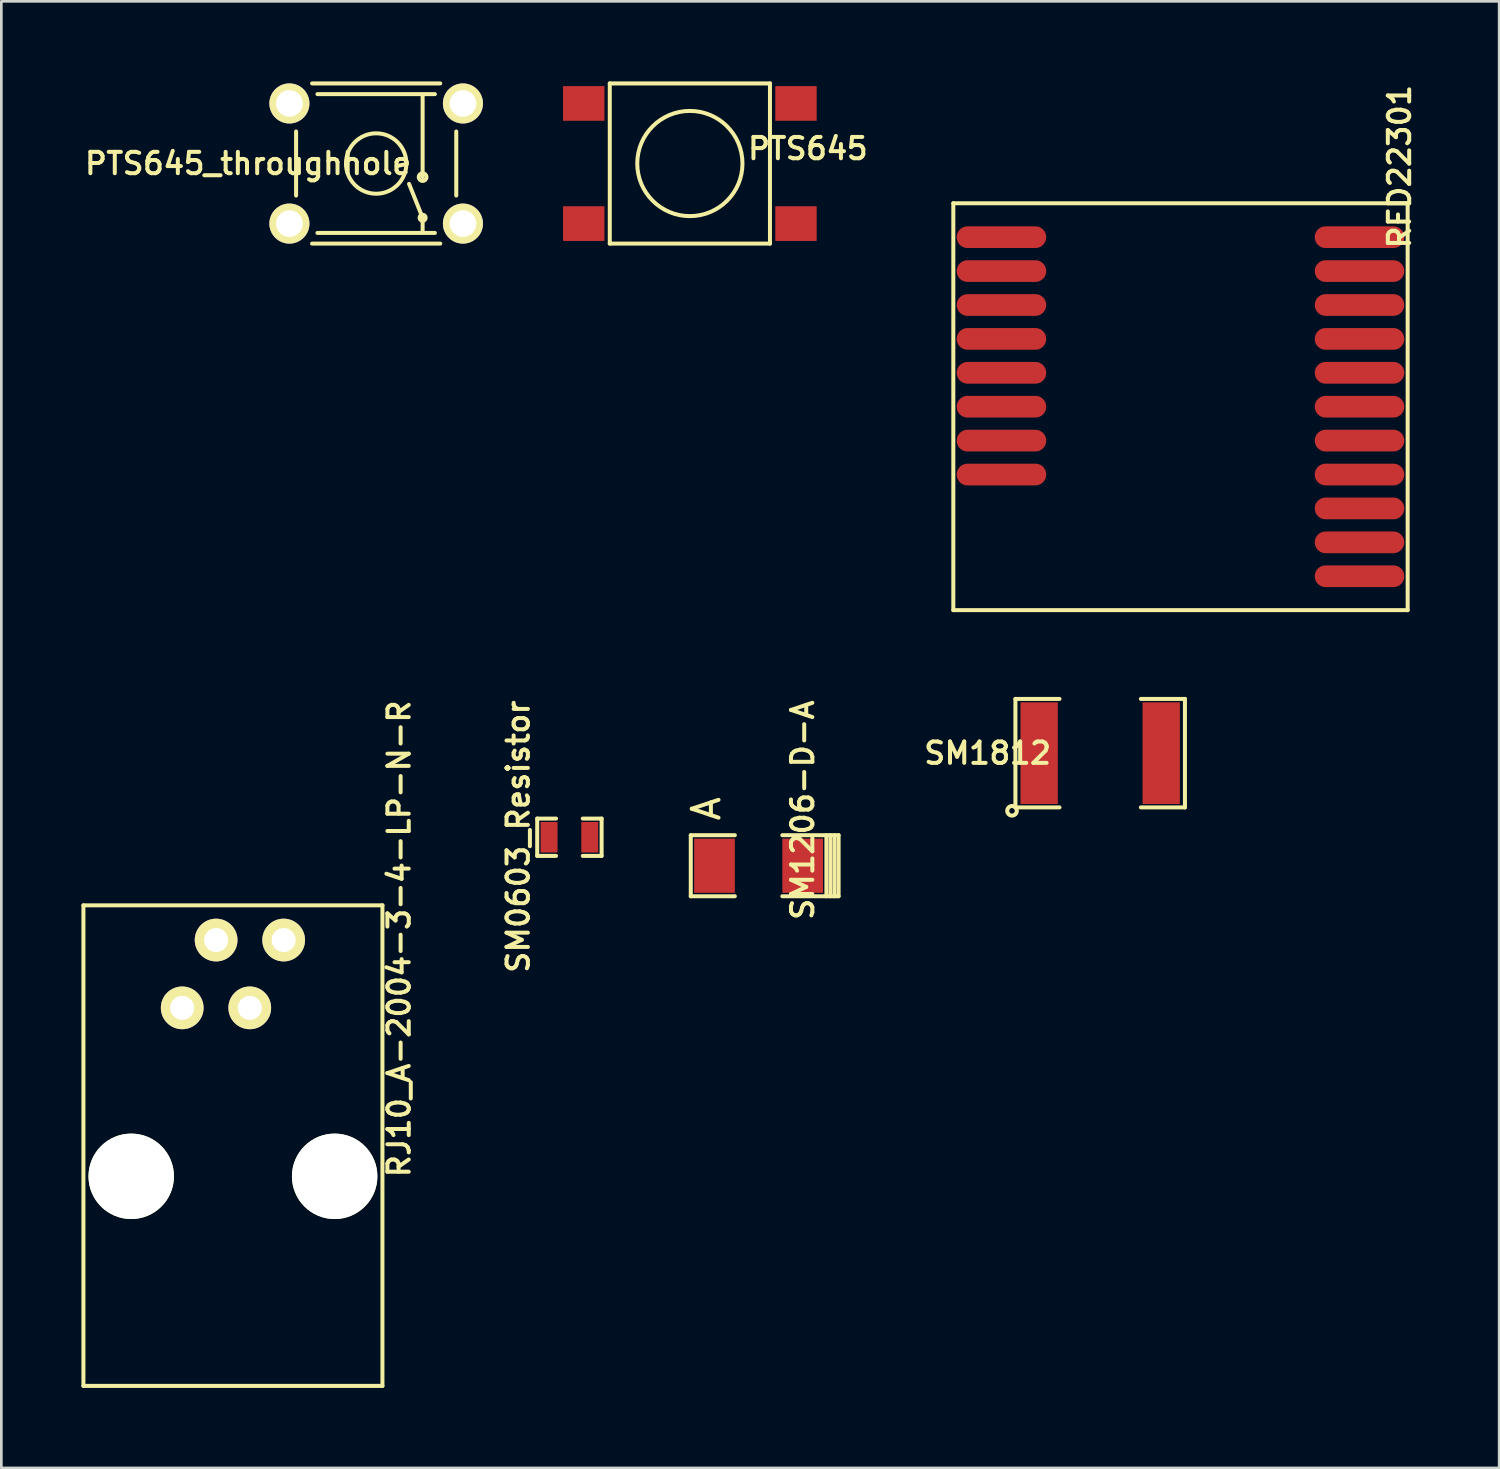
<source format=kicad_pcb>
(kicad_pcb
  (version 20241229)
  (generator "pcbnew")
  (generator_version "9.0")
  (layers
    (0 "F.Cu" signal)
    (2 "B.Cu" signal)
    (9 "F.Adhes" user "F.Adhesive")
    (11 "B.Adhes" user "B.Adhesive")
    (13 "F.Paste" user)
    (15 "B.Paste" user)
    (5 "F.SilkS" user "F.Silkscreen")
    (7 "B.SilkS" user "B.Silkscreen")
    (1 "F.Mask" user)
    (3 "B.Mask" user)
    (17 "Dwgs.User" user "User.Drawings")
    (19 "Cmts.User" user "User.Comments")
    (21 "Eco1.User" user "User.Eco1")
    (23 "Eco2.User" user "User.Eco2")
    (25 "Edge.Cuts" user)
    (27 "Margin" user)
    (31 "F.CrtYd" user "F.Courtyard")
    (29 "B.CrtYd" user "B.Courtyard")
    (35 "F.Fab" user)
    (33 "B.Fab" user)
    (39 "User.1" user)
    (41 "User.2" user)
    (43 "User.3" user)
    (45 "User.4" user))
  (footprint "RJ10_A-2004-3-4-LP-N-R"
    (layer "F.Cu")
    (at 5.675 39.861)
    (property "Reference" "RJ10_A-2004-3-4-LP-N-R" (at 6.223 -7.747 90) (layer "F.SilkS") (effects (font (size 0.8 0.8) (thickness 0.15))))
    (attr through_hole)
    (fp_line (start -5.6 -9) (end 5.6 -9) (stroke (width 0.15) (type solid)) (layer "F.SilkS"))
    (fp_line (start -5.6 9) (end -5.6 -9) (stroke (width 0.15) (type solid)) (layer "F.SilkS"))
    (fp_line (start 5.6 -9) (end 5.6 9) (stroke (width 0.15) (type solid)) (layer "F.SilkS"))
    (fp_line (start 5.6 9) (end -5.6 9) (stroke (width 0.15) (type solid)) (layer "F.SilkS"))
    (pad "" np_thru_hole circle (at -3.81 1.15) (size 3.2 3.2) (drill 3.2) (layers "*.Cu" "*.Mask" "F.SilkS"))
    (pad "" np_thru_hole circle (at 3.81 1.15) (size 3.2 3.2) (drill 3.2) (layers "*.Cu" "*.Mask" "F.SilkS"))
    (pad "1" thru_hole circle (at -1.9 -5.16) (size 1.6 1.6) (drill 0.9) (layers "*.Cu" "*.Mask" "F.SilkS"))
    (pad "2" thru_hole circle (at -0.63 -7.7) (size 1.6 1.6) (drill 0.9) (layers "*.Cu" "*.Mask" "F.SilkS"))
    (pad "3" thru_hole circle (at 0.63 -5.16) (size 1.6 1.6) (drill 0.9) (layers "*.Cu" "*.Mask" "F.SilkS"))
    (pad "4" thru_hole circle (at 1.9 -7.7) (size 1.6 1.6) (drill 0.9) (layers "*.Cu" "*.Mask" "F.SilkS")))
  (footprint "PTS645"
    (layer "F.Cu")
    (at 22.79 3.075)
    (property "Reference" "PTS645" (at 4.42 -0.559 0) (layer "F.SilkS") (effects (font (size 0.8 0.8) (thickness 0.15))))
    (attr through_hole)
    (fp_line (start -3 -3) (end 3 -3) (stroke (width 0.15) (type solid)) (layer "F.SilkS"))
    (fp_line (start -3 3) (end -3 -3) (stroke (width 0.15) (type solid)) (layer "F.SilkS"))
    (fp_line (start 3 -3) (end 3 3) (stroke (width 0.15) (type solid)) (layer "F.SilkS"))
    (fp_line (start 3 3) (end -3 3) (stroke (width 0.15) (type solid)) (layer "F.SilkS"))
    (fp_circle (center 0 0) (end 1.6 1.15) (stroke (width 0.15) (type solid)) (fill no) (layer "F.SilkS"))
    (pad "1" smd rect (at -3.975 -2.25) (size 1.55 1.3) (layers "F.Cu" "F.Mask" "F.Paste"))
    (pad "2" smd rect (at 3.975 -2.25) (size 1.55 1.3) (layers "F.Cu" "F.Mask" "F.Paste"))
    (pad "3" smd rect (at -3.975 2.25) (size 1.55 1.3) (layers "F.Cu" "F.Mask" "F.Paste"))
    (pad "4" smd rect (at 3.975 2.25) (size 1.55 1.3) (layers "F.Cu" "F.Mask" "F.Paste")))
  (footprint "SM1812"
    (layer "F.Cu")
    (at 38.159 25.161)
    (property "Reference" "SM1812" (at -4.216 0 0) (layer "F.SilkS") (effects (font (size 0.8 0.8) (thickness 0.15))))
    (attr smd)
    (fp_line (start -3.175 -2.032) (end -3.175 2.032) (stroke (width 0.15) (type solid)) (layer "F.SilkS"))
    (fp_line (start -3.175 2.032) (end -1.524 2.032) (stroke (width 0.15) (type solid)) (layer "F.SilkS"))
    (fp_line (start -1.524 -2.032) (end -3.175 -2.032) (stroke (width 0.15) (type solid)) (layer "F.SilkS"))
    (fp_line (start 1.524 2.032) (end 3.175 2.032) (stroke (width 0.15) (type solid)) (layer "F.SilkS"))
    (fp_line (start 3.175 -2.032) (end 1.524 -2.032) (stroke (width 0.15) (type solid)) (layer "F.SilkS"))
    (fp_line (start 3.175 2.032) (end 3.175 -2.032) (stroke (width 0.15) (type solid)) (layer "F.SilkS"))
    (fp_circle (center -3.302 2.159) (end -3.175 2.032) (stroke (width 0.15) (type solid)) (fill no) (layer "F.SilkS"))
    (pad "1" smd rect (at -2.286 0) (size 1.397 3.81) (layers "F.Cu" "F.Mask" "F.Paste"))
    (pad "2" smd rect (at 2.286 0) (size 1.397 3.81) (layers "F.Cu" "F.Mask" "F.Paste")))
  (footprint "RFD22301"
    (layer "F.Cu")
    (at 41.167 19.804)
    (property "Reference" "RFD22301" (at 8.204 -16.612 90) (layer "F.SilkS") (effects (font (size 0.8 0.8) (thickness 0.15))))
    (attr through_hole)
    (fp_line (start -8.509 0) (end -8.509 -15.24) (stroke (width 0.15) (type solid)) (layer "F.SilkS"))
    (fp_line (start -8.509 0) (end 8.509 0) (stroke (width 0.15) (type solid)) (layer "F.SilkS"))
    (fp_line (start 8.509 -15.24) (end -8.509 -15.24) (stroke (width 0.15) (type solid)) (layer "F.SilkS"))
    (fp_line (start 8.509 -15.24) (end 8.509 0) (stroke (width 0.15) (type solid)) (layer "F.SilkS"))
    (pad "1" smd oval (at -6.706 -13.97) (size 3.353 0.813) (layers "F.Cu" "F.Mask" "F.Paste"))
    (pad "2" smd oval (at -6.706 -12.7) (size 3.353 0.813) (layers "F.Cu" "F.Mask" "F.Paste"))
    (pad "3" smd oval (at -6.706 -11.43) (size 3.353 0.813) (layers "F.Cu" "F.Mask" "F.Paste"))
    (pad "4" smd oval (at -6.706 -10.16) (size 3.353 0.813) (layers "F.Cu" "F.Mask" "F.Paste"))
    (pad "5" smd oval (at -6.706 -8.89) (size 3.353 0.813) (layers "F.Cu" "F.Mask" "F.Paste"))
    (pad "6" smd oval (at -6.706 -7.62) (size 3.353 0.813) (layers "F.Cu" "F.Mask" "F.Paste"))
    (pad "7" smd oval (at -6.706 -6.35) (size 3.353 0.813) (layers "F.Cu" "F.Mask" "F.Paste"))
    (pad "8" smd oval (at -6.706 -5.08) (size 3.353 0.813) (layers "F.Cu" "F.Mask" "F.Paste"))
    (pad "9" smd oval (at 6.706 -1.27) (size 3.353 0.813) (layers "F.Cu" "F.Mask" "F.Paste"))
    (pad "10" smd oval (at 6.706 -2.54) (size 3.353 0.813) (layers "F.Cu" "F.Mask" "F.Paste"))
    (pad "11" smd oval (at 6.706 -3.81) (size 3.353 0.813) (layers "F.Cu" "F.Mask" "F.Paste"))
    (pad "12" smd oval (at 6.706 -5.08) (size 3.353 0.813) (layers "F.Cu" "F.Mask" "F.Paste"))
    (pad "13" smd oval (at 6.706 -6.35) (size 3.353 0.813) (layers "F.Cu" "F.Mask" "F.Paste"))
    (pad "14" smd oval (at 6.706 -7.62) (size 3.353 0.813) (layers "F.Cu" "F.Mask" "F.Paste"))
    (pad "15" smd oval (at 6.706 -8.89) (size 3.353 0.813) (layers "F.Cu" "F.Mask" "F.Paste"))
    (pad "16" smd oval (at 6.706 -10.16) (size 3.353 0.813) (layers "F.Cu" "F.Mask" "F.Paste"))
    (pad "17" smd oval (at 6.706 -11.43) (size 3.353 0.813) (layers "F.Cu" "F.Mask" "F.Paste"))
    (pad "18" smd oval (at 6.706 -12.7) (size 3.353 0.813) (layers "F.Cu" "F.Mask" "F.Paste"))
    (pad "19" smd oval (at 6.706 -13.97) (size 3.353 0.813) (layers "F.Cu" "F.Mask" "F.Paste")))
  (footprint "SM0603_Resistor"
    (layer "F.Cu")
    (at 18.278 28.31)
    (property "Reference" "SM0603_Resistor" (at -1.918 -0.025 90) (layer "F.SilkS") (effects (font (size 0.8 0.8) (thickness 0.15))))
    (attr smd)
    (fp_line (start -1.206 -0.699) (end -1.206 0.699) (stroke (width 0.15) (type solid)) (layer "F.SilkS"))
    (fp_line (start -1.206 0.699) (end -0.5 0.699) (stroke (width 0.15) (type solid)) (layer "F.SilkS"))
    (fp_line (start -0.5 -0.699) (end -1.206 -0.699) (stroke (width 0.15) (type solid)) (layer "F.SilkS"))
    (fp_line (start 1.206 -0.699) (end 0.5 -0.699) (stroke (width 0.15) (type solid)) (layer "F.SilkS"))
    (fp_line (start 1.206 -0.699) (end 1.206 0.699) (stroke (width 0.15) (type solid)) (layer "F.SilkS"))
    (fp_line (start 1.206 0.699) (end 0.5 0.699) (stroke (width 0.15) (type solid)) (layer "F.SilkS"))
    (pad "1" smd rect (at -0.762 0) (size 0.635 1.143) (layers "F.Cu" "F.Mask" "F.Paste"))
    (pad "2" smd rect (at 0.762 0) (size 0.635 1.143) (layers "F.Cu" "F.Mask" "F.Paste")))
  (footprint "SM1206-D-A"
    (layer "F.Cu")
    (at 25.364 29.377)
    (property "Reference" "SM1206-D-A" (at 1.651 -2.083 90) (layer "F.SilkS") (effects (font (size 0.8 0.8) (thickness 0.15))))
    (attr smd)
    (fp_line (start -2.54 -1.143) (end -2.54 1.143) (stroke (width 0.15) (type solid)) (layer "F.SilkS"))
    (fp_line (start -2.54 1.143) (end -0.889 1.143) (stroke (width 0.15) (type solid)) (layer "F.SilkS"))
    (fp_line (start -0.889 -1.143) (end -2.54 -1.143) (stroke (width 0.15) (type solid)) (layer "F.SilkS"))
    (fp_line (start 2.54 -1.143) (end 2.54 1.143) (stroke (width 0.15) (type solid)) (layer "F.SilkS"))
    (fp_line (start 2.692 -1.143) (end 2.692 1.143) (stroke (width 0.15) (type solid)) (layer "F.SilkS"))
    (fp_line (start 2.845 1.143) (end 2.845 -1.143) (stroke (width 0.15) (type solid)) (layer "F.SilkS"))
    (fp_line (start 2.997 -1.143) (end 0.889 -1.143) (stroke (width 0.15) (type solid)) (layer "F.SilkS"))
    (fp_line (start 2.997 -1.143) (end 2.997 1.143) (stroke (width 0.15) (type solid)) (layer "F.SilkS"))
    (fp_line (start 2.997 1.143) (end 0.889 1.143) (stroke (width 0.15) (type solid)) (layer "F.SilkS"))
    (fp_text user "A" (at -1.956 -2.134 90) (layer "F.SilkS") (effects (font (size 1.001 1.001) (thickness 0.15))))
    (pad "1" smd rect (at -1.651 0) (size 1.524 2.032) (layers "F.Cu" "F.Mask" "F.Paste"))
    (pad "2" smd rect (at 1.651 0) (size 1.524 2.032) (layers "F.Cu" "F.Mask" "F.Paste")))
  (footprint "PTS645_throughhole"
    (layer "F.Cu")
    (at 11.04 3.075)
    (property "Reference" "PTS645_throughhole" (at -4.8 0 0) (layer "F.SilkS") (effects (font (size 0.8 0.8) (thickness 0.15))))
    (attr through_hole)
    (fp_line (start -3 -1.2) (end -3 1.2) (stroke (width 0.15) (type solid)) (layer "F.SilkS"))
    (fp_line (start -2.4 3) (end 2.4 3) (stroke (width 0.15) (type solid)) (layer "F.SilkS"))
    (fp_line (start 1.74 -2.54) (end 1.74 0.508) (stroke (width 0.15) (type solid)) (layer "F.SilkS"))
    (fp_line (start 1.74 2.032) (end 1.232 0.762) (stroke (width 0.15) (type solid)) (layer "F.SilkS"))
    (fp_line (start 1.74 2.54) (end 1.74 2.032) (stroke (width 0.15) (type solid)) (layer "F.SilkS"))
    (fp_line (start 2.2 -2.6) (end -2.2 -2.6) (stroke (width 0.15) (type solid)) (layer "F.SilkS"))
    (fp_line (start 2.2 2.6) (end -2.2 2.6) (stroke (width 0.15) (type solid)) (layer "F.SilkS"))
    (fp_line (start 2.4 -3) (end -2.4 -3) (stroke (width 0.15) (type solid)) (layer "F.SilkS"))
    (fp_line (start 3 1.2) (end 3 -1.2) (stroke (width 0.15) (type solid)) (layer "F.SilkS"))
    (fp_circle (center 0 0) (end 0.8 -0.8) (stroke (width 0.15) (type solid)) (fill no) (layer "F.SilkS"))
    (fp_circle (center 1.74 0.508) (end 1.638 0.61) (stroke (width 0.15) (type solid)) (fill no) (layer "F.SilkS"))
    (fp_circle (center 1.74 2.032) (end 1.842 1.981) (stroke (width 0.15) (type solid)) (fill no) (layer "F.SilkS"))
    (pad "1" thru_hole circle (at -3.25 -2.25) (size 1.5 1.5) (drill 1) (layers "*.Cu" "*.Mask" "F.SilkS"))
    (pad "2" thru_hole circle (at 3.25 -2.25) (size 1.5 1.5) (drill 1) (layers "*.Cu" "*.Mask" "F.SilkS"))
    (pad "3" thru_hole circle (at -3.25 2.25) (size 1.5 1.5) (drill 1) (layers "*.Cu" "*.Mask" "F.SilkS"))
    (pad "4" thru_hole circle (at 3.25 2.25) (size 1.5 1.5) (drill 1) (layers "*.Cu" "*.Mask" "F.SilkS")))
  (gr_rect
    (start -3 -3)
    (end 53.103 51.935)
    (stroke (width 0.1) (type default))
    (fill no)
    (layer "Edge.Cuts")))
</source>
